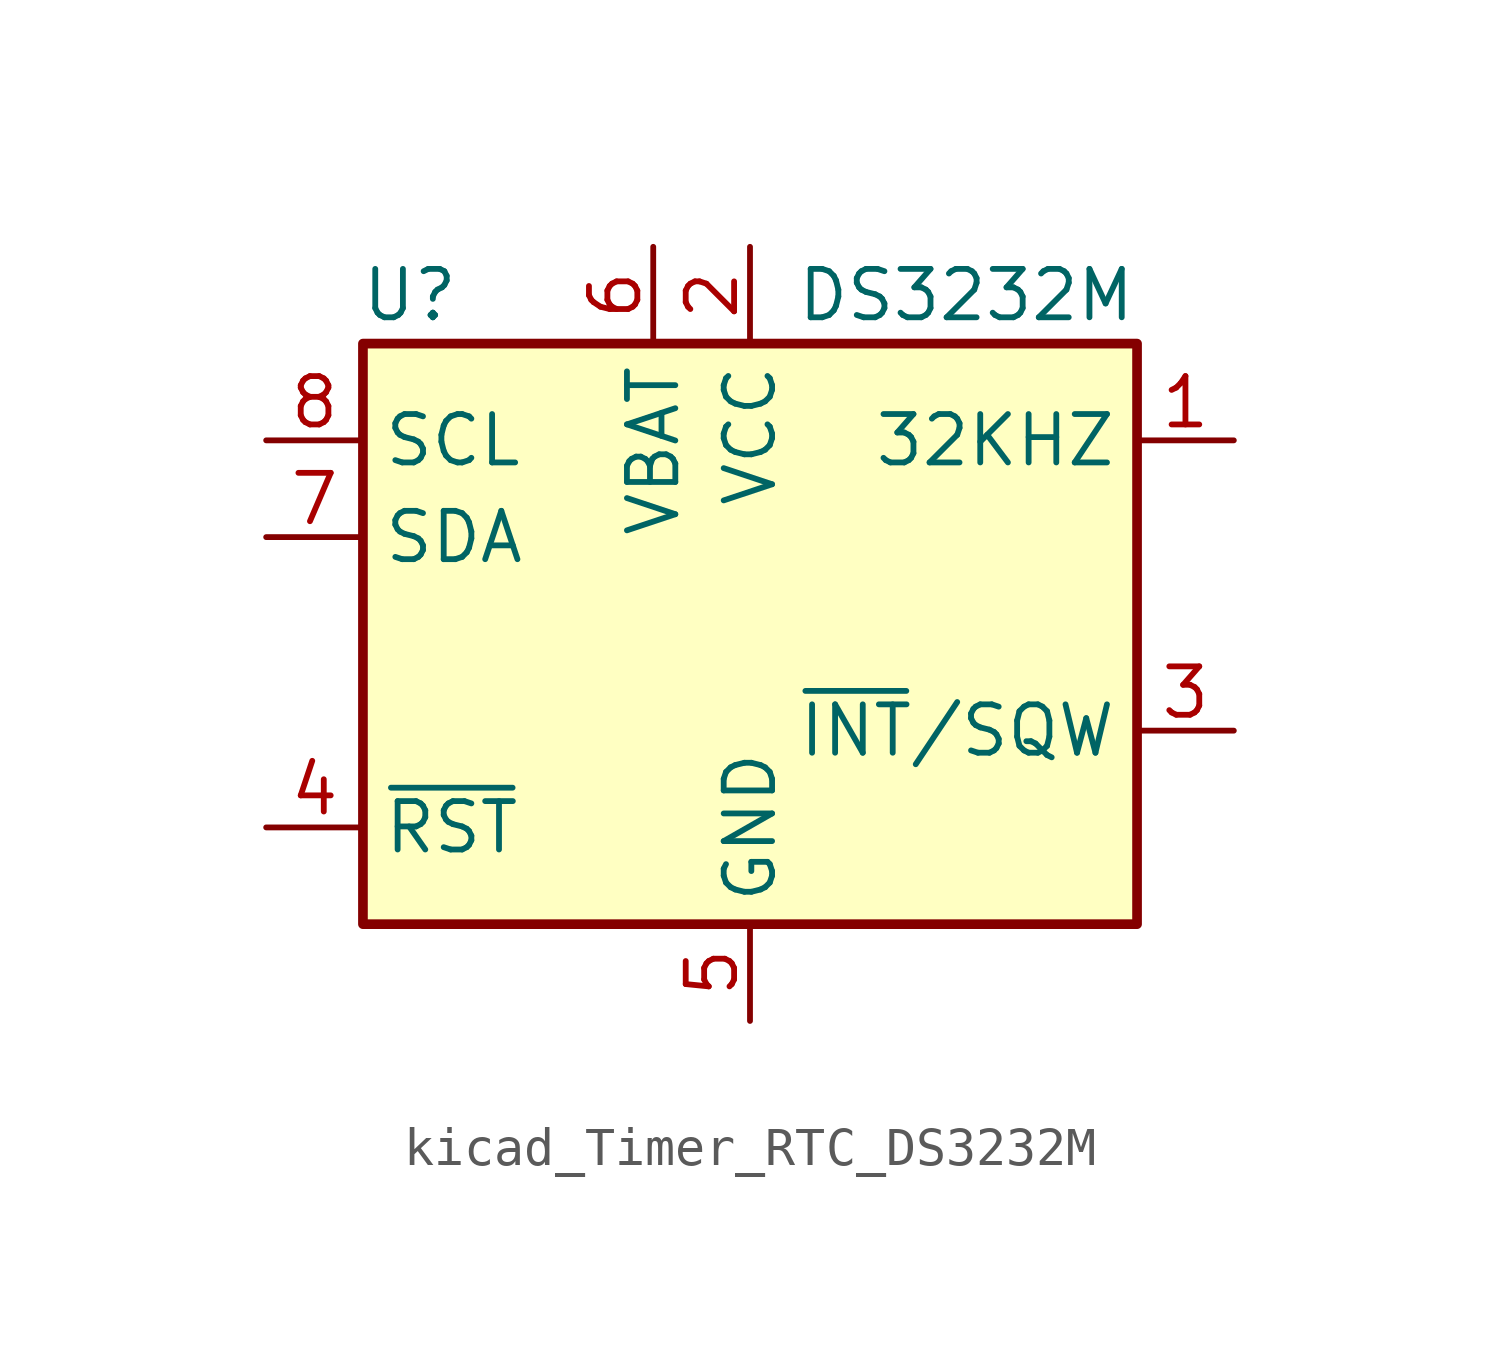
<source format=kicad_sym>
(kicad_symbol_lib
  (version 20220914)
  (generator kicad_symbol_editor)
  (symbol "kicad_Timer_RTC_DS3232M"
    (property "Reference" "U"
      (at -7.62 8.89 0)
      (effects (font (size 1.27 1.27)) (justify right)))
    (property "Value" "DS3232M"
      (at 10.16 8.89 0)
      (effects (font (size 1.27 1.27)) (justify right)))
    (symbol "kicad_Timer_RTC_DS3232M_0_1"
      (rectangle (start -10.16 7.62) (end 10.16 -7.62) (stroke (width 0.254) (type default)) (fill (type background))))
    (symbol "kicad_Timer_RTC_DS3232M_1_1"
      (pin output line (at 12.7 5.08 180) (length 2.54) (name "32KHZ" (effects (font (size 1.27 1.27)))) (number "1" (effects (font (size 1.27 1.27)))))
      (pin power_in line (at 0 10.16 270) (length 2.54) (name "VCC" (effects (font (size 1.27 1.27)))) (number "2" (effects (font (size 1.27 1.27)))))
      (pin open_collector line (at 12.7 -2.54 180) (length 2.54) (name "~{INT}/SQW" (effects (font (size 1.27 1.27)))) (number "3" (effects (font (size 1.27 1.27)))))
      (pin bidirectional line (at -12.7 -5.08 0) (length 2.54) (name "~{RST}" (effects (font (size 1.27 1.27)))) (number "4" (effects (font (size 1.27 1.27)))))
      (pin power_in line (at 0 -10.16 90) (length 2.54) (name "GND" (effects (font (size 1.27 1.27)))) (number "5" (effects (font (size 1.27 1.27)))))
      (pin power_in line (at -2.54 10.16 270) (length 2.54) (name "VBAT" (effects (font (size 1.27 1.27)))) (number "6" (effects (font (size 1.27 1.27)))))
      (pin bidirectional line (at -12.7 2.54 0) (length 2.54) (name "SDA" (effects (font (size 1.27 1.27)))) (number "7" (effects (font (size 1.27 1.27)))))
      (pin input line (at -12.7 5.08 0) (length 2.54) (name "SCL" (effects (font (size 1.27 1.27)))) (number "8" (effects (font (size 1.27 1.27))))))))
</source>
